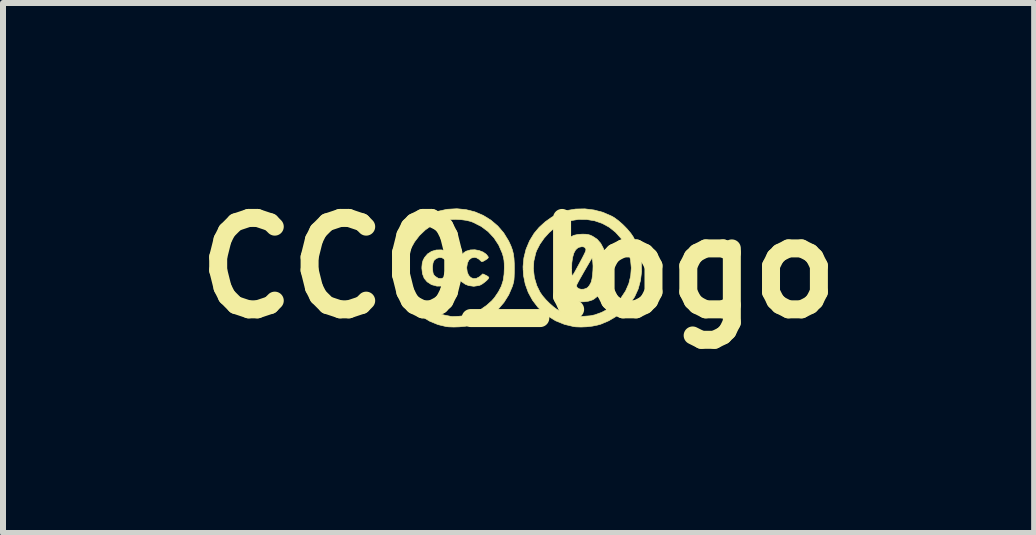
<source format=kicad_pcb>
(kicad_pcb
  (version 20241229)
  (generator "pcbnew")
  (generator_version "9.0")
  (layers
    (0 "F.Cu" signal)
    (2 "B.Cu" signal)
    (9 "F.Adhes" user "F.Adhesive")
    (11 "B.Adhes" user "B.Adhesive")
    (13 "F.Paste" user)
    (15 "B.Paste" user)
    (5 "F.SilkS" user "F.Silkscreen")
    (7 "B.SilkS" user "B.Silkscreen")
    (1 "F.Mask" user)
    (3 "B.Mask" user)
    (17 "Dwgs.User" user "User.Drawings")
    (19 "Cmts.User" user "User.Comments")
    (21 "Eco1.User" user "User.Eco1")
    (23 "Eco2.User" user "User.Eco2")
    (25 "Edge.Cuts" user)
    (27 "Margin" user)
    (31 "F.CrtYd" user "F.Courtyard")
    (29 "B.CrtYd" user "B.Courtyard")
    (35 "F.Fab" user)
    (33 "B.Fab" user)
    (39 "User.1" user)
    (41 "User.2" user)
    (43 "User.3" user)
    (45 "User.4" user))
  (footprint "CC0_logo"
    (layer "F.Cu")
    (at 5.595 1.418)
    (property "Reference" "CC0_logo" (at 0 0 0) (layer "F.SilkS") (effects (font (size 1.524 1.524) (thickness 0.3))))
    (attr through_hole)
    (fp_poly (pts (xy -1.226 -0.291) (xy -1.175 -0.271) (xy -1.127 -0.24) (xy -1.091 -0.207) (xy -1.08 -0.191) (xy -1.075 -0.175) (xy -1.084 -0.161) (xy -1.111 -0.143) (xy -1.126 -0.134) (xy -1.184 -0.102) (xy -1.228 -0.14) (xy -1.274 -0.17) (xy -1.321 -0.176) (xy -1.37 -0.159) (xy -1.406 -0.13) (xy -1.426 -0.085) (xy -1.434 -0.022) (xy -1.433 0.021) (xy -1.428 0.068) (xy -1.421 0.099) (xy -1.407 0.121) (xy -1.387 0.141) (xy -1.338 0.172) (xy -1.288 0.177) (xy -1.238 0.157) (xy -1.214 0.139) (xy -1.17 0.1) (xy -1.118 0.127) (xy -1.088 0.145) (xy -1.069 0.16) (xy -1.067 0.164) (xy -1.076 0.178) (xy -1.099 0.202) (xy -1.123 0.225) (xy -1.197 0.275) (xy -1.278 0.301) (xy -1.361 0.302) (xy -1.446 0.279) (xy -1.455 0.275) (xy -1.524 0.23) (xy -1.573 0.171) (xy -1.602 0.095) (xy -1.612 0.004) (xy -1.611 -0.023) (xy -1.605 -0.081) (xy -1.592 -0.127) (xy -1.569 -0.171) (xy -1.568 -0.173) (xy -1.517 -0.234) (xy -1.45 -0.277) (xy -1.372 -0.3) (xy -1.287 -0.302) (xy -1.226 -0.291)) (stroke (width 0.01) (type solid)) (fill yes) (layer "F.SilkS"))
    (fp_poly (pts (xy -0.657 -0.291) (xy -0.59 -0.265) (xy -0.537 -0.227) (xy -0.507 -0.188) (xy -0.504 -0.173) (xy -0.516 -0.157) (xy -0.547 -0.136) (xy -0.554 -0.132) (xy -0.589 -0.112) (xy -0.61 -0.106) (xy -0.623 -0.111) (xy -0.627 -0.116) (xy -0.659 -0.146) (xy -0.698 -0.169) (xy -0.732 -0.178) (xy -0.785 -0.167) (xy -0.826 -0.135) (xy -0.852 -0.083) (xy -0.863 -0.015) (xy -0.864 -0.001) (xy -0.855 0.068) (xy -0.832 0.122) (xy -0.797 0.159) (xy -0.753 0.177) (xy -0.705 0.174) (xy -0.654 0.148) (xy -0.641 0.138) (xy -0.596 0.098) (xy -0.546 0.121) (xy -0.515 0.138) (xy -0.497 0.154) (xy -0.495 0.159) (xy -0.505 0.18) (xy -0.531 0.208) (xy -0.567 0.238) (xy -0.605 0.266) (xy -0.642 0.286) (xy -0.656 0.291) (xy -0.746 0.305) (xy -0.832 0.293) (xy -0.886 0.272) (xy -0.954 0.225) (xy -1.003 0.161) (xy -1.033 0.083) (xy -1.041 0.003) (xy -1.03 -0.082) (xy -0.999 -0.16) (xy -0.95 -0.225) (xy -0.887 -0.273) (xy -0.871 -0.281) (xy -0.803 -0.301) (xy -0.729 -0.304) (xy -0.657 -0.291)) (stroke (width 0.01) (type solid)) (fill yes) (layer "F.SilkS"))
    (fp_poly (pts (xy 1.117 -0.563) (xy 1.159 -0.558) (xy 1.197 -0.547) (xy 1.235 -0.529) (xy 1.31 -0.48) (xy 1.37 -0.411) (xy 1.416 -0.324) (xy 1.448 -0.215) (xy 1.46 -0.147) (xy 1.47 -0.047) (xy 1.471 0.041) (xy 1.463 0.131) (xy 1.455 0.181) (xy 1.426 0.294) (xy 1.382 0.389) (xy 1.326 0.464) (xy 1.256 0.519) (xy 1.227 0.534) (xy 1.166 0.553) (xy 1.093 0.563) (xy 1.02 0.565) (xy 0.969 0.559) (xy 0.92 0.546) (xy 0.88 0.527) (xy 0.839 0.498) (xy 0.811 0.473) (xy 0.752 0.404) (xy 0.708 0.318) (xy 0.701 0.294) (xy 0.965 0.294) (xy 0.976 0.324) (xy 1.004 0.345) (xy 1.044 0.355) (xy 1.089 0.353) (xy 1.132 0.338) (xy 1.154 0.324) (xy 1.181 0.292) (xy 1.205 0.249) (xy 1.212 0.232) (xy 1.225 0.18) (xy 1.234 0.113) (xy 1.24 0.038) (xy 1.242 -0.034) (xy 1.238 -0.095) (xy 1.236 -0.113) (xy 1.225 -0.169) (xy 1.095 0.054) (xy 1.056 0.123) (xy 1.021 0.184) (xy 0.993 0.236) (xy 0.974 0.273) (xy 0.965 0.292) (xy 0.965 0.294) (xy 0.701 0.294) (xy 0.678 0.212) (xy 0.662 0.086) (xy 0.66 0.023) (xy 0.885 0.023) (xy 0.886 0.062) (xy 0.888 0.092) (xy 0.89 0.113) (xy 0.893 0.124) (xy 0.901 0.122) (xy 0.913 0.107) (xy 0.932 0.076) (xy 0.959 0.027) (xy 0.996 -0.041) (xy 1.028 -0.1) (xy 1.066 -0.172) (xy 1.093 -0.225) (xy 1.111 -0.263) (xy 1.121 -0.29) (xy 1.123 -0.308) (xy 1.12 -0.322) (xy 1.119 -0.325) (xy 1.096 -0.349) (xy 1.058 -0.356) (xy 1.011 -0.346) (xy 0.989 -0.336) (xy 0.952 -0.303) (xy 0.922 -0.248) (xy 0.901 -0.174) (xy 0.888 -0.083) (xy 0.885 0.023) (xy 0.66 0.023) (xy 0.659 -0.005) (xy 0.666 -0.143) (xy 0.689 -0.262) (xy 0.727 -0.361) (xy 0.78 -0.442) (xy 0.812 -0.474) (xy 0.867 -0.517) (xy 0.923 -0.545) (xy 0.988 -0.559) (xy 1.06 -0.564) (xy 1.117 -0.563)) (stroke (width 0.01) (type solid)) (fill yes) (layer "F.SilkS"))
    (fp_poly (pts (xy 1.259 -0.967) (xy 1.407 -0.928) (xy 1.545 -0.868) (xy 1.591 -0.843) (xy 1.661 -0.792) (xy 1.736 -0.727) (xy 1.809 -0.653) (xy 1.872 -0.578) (xy 1.915 -0.514) (xy 1.98 -0.38) (xy 2.024 -0.237) (xy 2.048 -0.089) (xy 2.051 0.061) (xy 2.033 0.208) (xy 1.995 0.349) (xy 1.936 0.479) (xy 1.931 0.487) (xy 1.851 0.603) (xy 1.75 0.71) (xy 1.633 0.803) (xy 1.506 0.879) (xy 1.372 0.936) (xy 1.315 0.952) (xy 1.231 0.969) (xy 1.136 0.98) (xy 1.041 0.984) (xy 0.956 0.981) (xy 0.921 0.977) (xy 0.766 0.94) (xy 0.618 0.88) (xy 0.482 0.797) (xy 0.435 0.762) (xy 0.324 0.656) (xy 0.233 0.537) (xy 0.162 0.407) (xy 0.112 0.269) (xy 0.083 0.125) (xy 0.077 0.022) (xy 0.248 0.022) (xy 0.264 0.16) (xy 0.304 0.293) (xy 0.359 0.405) (xy 0.4 0.464) (xy 0.456 0.529) (xy 0.52 0.593) (xy 0.585 0.65) (xy 0.644 0.693) (xy 0.649 0.695) (xy 0.777 0.757) (xy 0.913 0.794) (xy 1.053 0.808) (xy 1.196 0.797) (xy 1.272 0.781) (xy 1.383 0.741) (xy 1.493 0.683) (xy 1.596 0.611) (xy 1.682 0.529) (xy 1.708 0.499) (xy 1.785 0.383) (xy 1.839 0.259) (xy 1.87 0.13) (xy 1.88 -0.001) (xy 1.868 -0.131) (xy 1.836 -0.259) (xy 1.782 -0.381) (xy 1.709 -0.494) (xy 1.617 -0.596) (xy 1.515 -0.678) (xy 1.397 -0.743) (xy 1.269 -0.787) (xy 1.135 -0.809) (xy 0.998 -0.81) (xy 0.863 -0.788) (xy 0.732 -0.744) (xy 0.695 -0.727) (xy 0.602 -0.669) (xy 0.511 -0.591) (xy 0.428 -0.499) (xy 0.357 -0.398) (xy 0.303 -0.294) (xy 0.287 -0.251) (xy 0.255 -0.115) (xy 0.248 0.022) (xy 0.077 0.022) (xy 0.075 -0.021) (xy 0.089 -0.168) (xy 0.125 -0.313) (xy 0.184 -0.453) (xy 0.26 -0.578) (xy 0.344 -0.678) (xy 0.444 -0.769) (xy 0.555 -0.848) (xy 0.672 -0.912) (xy 0.789 -0.955) (xy 0.803 -0.958) (xy 0.953 -0.983) (xy 1.106 -0.986) (xy 1.259 -0.967)) (stroke (width 0.01) (type solid)) (fill yes) (layer "F.SilkS"))
    (fp_poly (pts (xy -0.875 -0.973) (xy -0.728 -0.936) (xy -0.589 -0.877) (xy -0.461 -0.798) (xy -0.347 -0.701) (xy -0.248 -0.586) (xy -0.167 -0.454) (xy -0.159 -0.438) (xy -0.126 -0.366) (xy -0.102 -0.3) (xy -0.086 -0.235) (xy -0.076 -0.162) (xy -0.071 -0.077) (xy -0.07 0.013) (xy -0.071 0.091) (xy -0.073 0.149) (xy -0.076 0.195) (xy -0.082 0.233) (xy -0.092 0.27) (xy -0.105 0.311) (xy -0.164 0.448) (xy -0.244 0.575) (xy -0.343 0.69) (xy -0.458 0.789) (xy -0.585 0.871) (xy -0.722 0.931) (xy -0.815 0.959) (xy -0.895 0.973) (xy -0.986 0.981) (xy -1.08 0.984) (xy -1.165 0.981) (xy -1.204 0.977) (xy -1.342 0.944) (xy -1.479 0.888) (xy -1.607 0.812) (xy -1.723 0.72) (xy -1.724 0.72) (xy -1.832 0.602) (xy -1.919 0.473) (xy -1.983 0.334) (xy -2.024 0.189) (xy -2.041 0.038) (xy -2.039 -0.009) (xy -1.861 -0.009) (xy -1.859 0.078) (xy -1.852 0.155) (xy -1.843 0.197) (xy -1.794 0.326) (xy -1.725 0.445) (xy -1.637 0.553) (xy -1.535 0.644) (xy -1.421 0.716) (xy -1.406 0.723) (xy -1.349 0.747) (xy -1.291 0.769) (xy -1.242 0.784) (xy -1.232 0.786) (xy -1.188 0.795) (xy -1.151 0.802) (xy -1.137 0.806) (xy -1.104 0.809) (xy -1.055 0.808) (xy -0.996 0.805) (xy -0.937 0.799) (xy -0.883 0.792) (xy -0.855 0.786) (xy -0.745 0.749) (xy -0.635 0.694) (xy -0.533 0.624) (xy -0.445 0.545) (xy -0.399 0.492) (xy -0.333 0.394) (xy -0.286 0.302) (xy -0.256 0.208) (xy -0.241 0.104) (xy -0.237 0) (xy -0.238 -0.071) (xy -0.242 -0.125) (xy -0.25 -0.172) (xy -0.263 -0.219) (xy -0.272 -0.248) (xy -0.331 -0.383) (xy -0.41 -0.503) (xy -0.507 -0.607) (xy -0.622 -0.693) (xy -0.752 -0.759) (xy -0.795 -0.776) (xy -0.868 -0.794) (xy -0.956 -0.806) (xy -1.051 -0.811) (xy -1.144 -0.808) (xy -1.205 -0.8) (xy -1.327 -0.767) (xy -1.444 -0.712) (xy -1.553 -0.636) (xy -1.651 -0.543) (xy -1.734 -0.435) (xy -1.801 -0.315) (xy -1.83 -0.241) (xy -1.846 -0.177) (xy -1.856 -0.097) (xy -1.861 -0.009) (xy -2.039 -0.009) (xy -2.034 -0.117) (xy -2.027 -0.162) (xy -1.989 -0.313) (xy -1.931 -0.452) (xy -1.85 -0.58) (xy -1.745 -0.699) (xy -1.726 -0.718) (xy -1.608 -0.816) (xy -1.484 -0.891) (xy -1.351 -0.944) (xy -1.204 -0.976) (xy -1.186 -0.979) (xy -1.028 -0.988) (xy -0.875 -0.973)) (stroke (width 0.01) (type solid)) (fill yes) (layer "F.SilkS")))
  (gr_rect
    (start -3 -3)
    (end 14.191 5.836)
    (stroke (width 0.1) (type default))
    (fill no)
    (layer "Edge.Cuts")))
</source>
